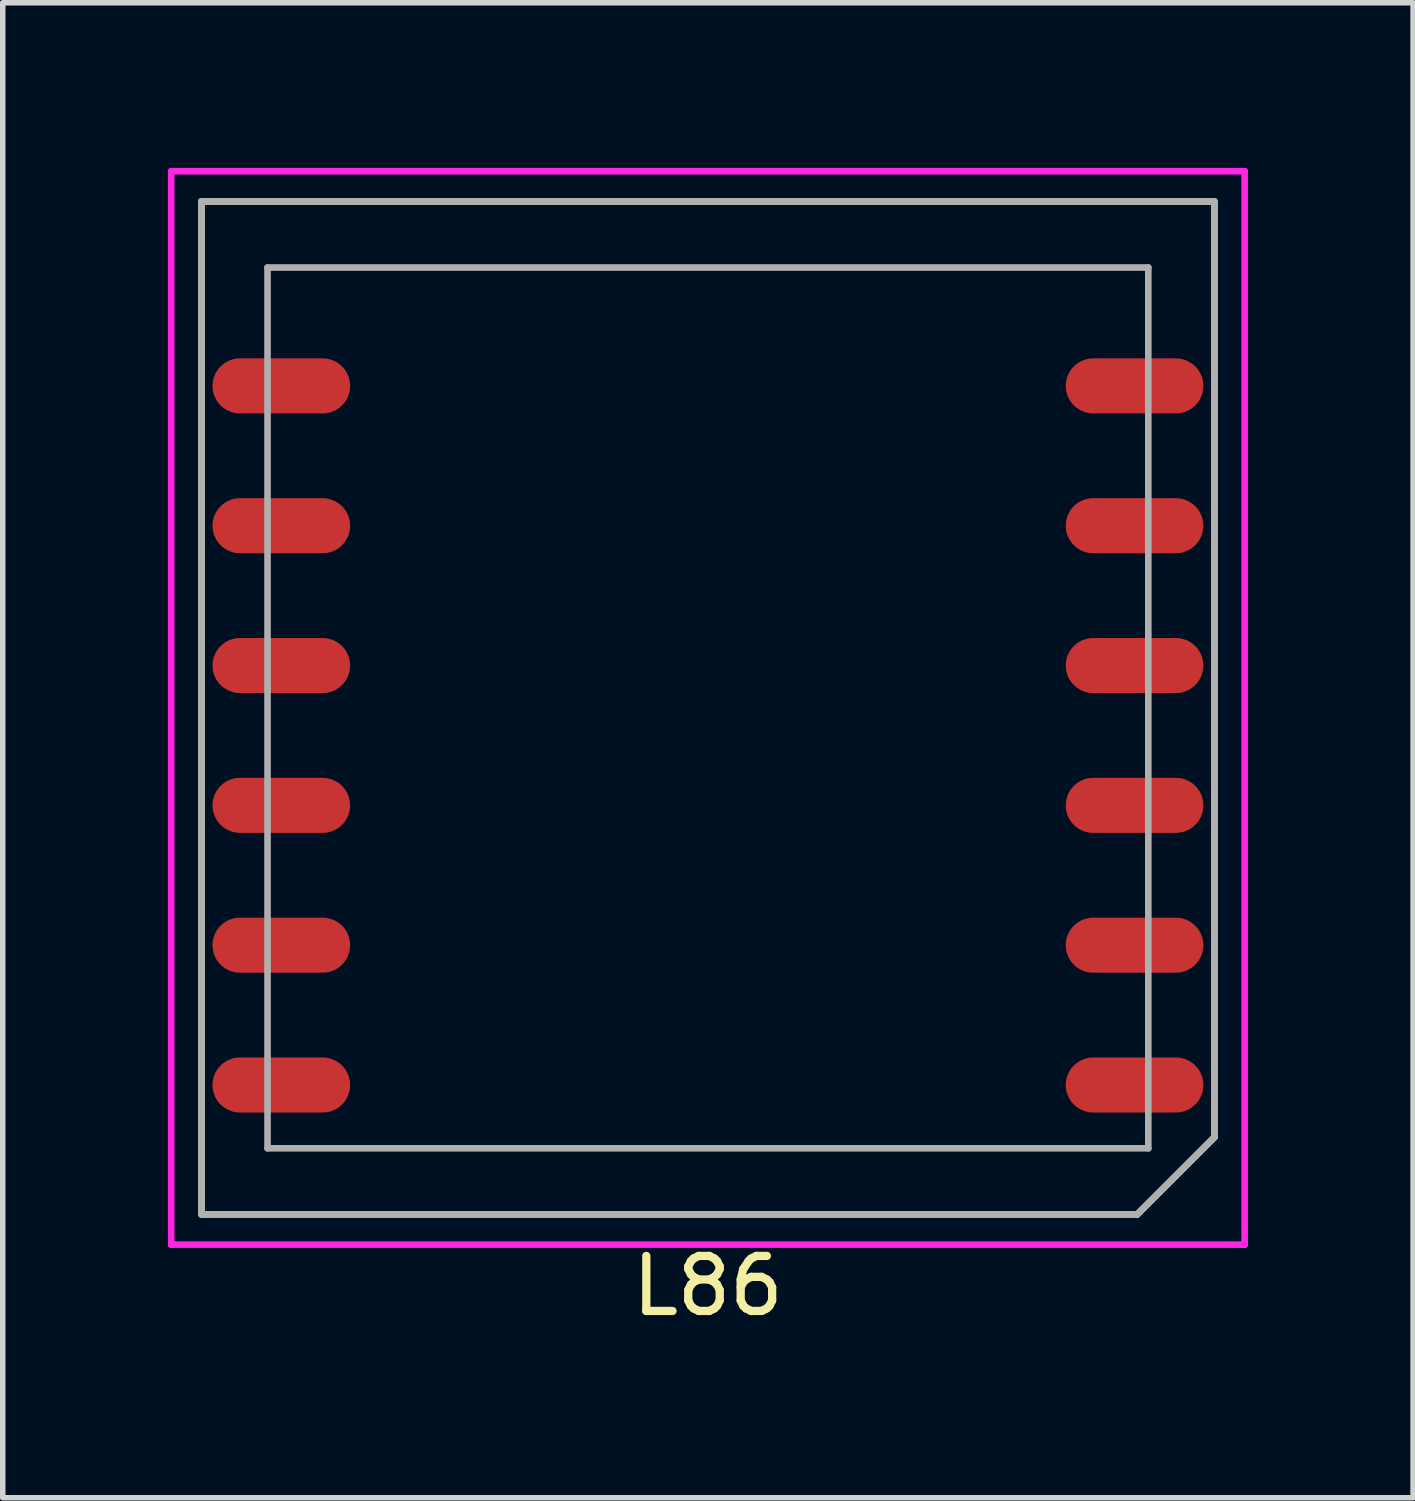
<source format=kicad_pcb>
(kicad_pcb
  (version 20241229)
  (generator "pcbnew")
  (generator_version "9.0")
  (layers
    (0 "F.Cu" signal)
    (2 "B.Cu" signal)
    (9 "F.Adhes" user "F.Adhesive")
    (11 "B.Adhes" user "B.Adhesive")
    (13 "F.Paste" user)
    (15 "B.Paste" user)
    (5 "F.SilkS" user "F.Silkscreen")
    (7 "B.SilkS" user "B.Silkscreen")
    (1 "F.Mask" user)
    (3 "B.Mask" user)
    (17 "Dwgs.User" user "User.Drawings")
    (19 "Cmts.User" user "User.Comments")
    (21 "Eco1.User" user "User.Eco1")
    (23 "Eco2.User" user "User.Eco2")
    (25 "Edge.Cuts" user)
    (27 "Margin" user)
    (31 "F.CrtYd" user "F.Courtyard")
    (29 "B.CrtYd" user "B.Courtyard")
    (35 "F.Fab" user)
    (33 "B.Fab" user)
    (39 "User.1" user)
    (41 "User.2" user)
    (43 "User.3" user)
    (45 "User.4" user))
  (footprint "L86"
    (layer "F.Cu")
    (at 9.81 9.81)
    (property "Reference" "L86" (at 0 10.5 0) (layer "F.SilkS") (effects (font (size 1 1) (thickness 0.15))))
    (attr smd)
    (fp_line (start -9.2 -9.2) (end -9.2 9.2) (stroke (width 0.12) (type solid)) (layer "F.SilkS"))
    (fp_line (start -9.2 -9.2) (end 9.2 -9.2) (stroke (width 0.12) (type solid)) (layer "F.SilkS"))
    (fp_line (start 7.8 9.2) (end -9.2 9.2) (stroke (width 0.12) (type solid)) (layer "F.SilkS"))
    (fp_line (start 9.2 -9.2) (end 9.2 7.8) (stroke (width 0.12) (type solid)) (layer "F.SilkS"))
    (fp_line (start 9.2 7.8) (end 7.8 9.2) (stroke (width 0.12) (type solid)) (layer "F.SilkS"))
    (fp_line (start -9.75 -9.75) (end -9.75 9.75) (stroke (width 0.12) (type solid)) (layer "F.CrtYd"))
    (fp_line (start -9.75 -9.75) (end 9.75 -9.75) (stroke (width 0.12) (type solid)) (layer "F.CrtYd"))
    (fp_line (start 9.75 -9.75) (end 9.75 9.75) (stroke (width 0.12) (type solid)) (layer "F.CrtYd"))
    (fp_line (start 9.75 9.75) (end -9.75 9.75) (stroke (width 0.12) (type solid)) (layer "F.CrtYd"))
    (fp_line (start -9.2 -9.2) (end 9.2 -9.2) (stroke (width 0.12) (type solid)) (layer "F.Fab"))
    (fp_line (start -9.2 9.2) (end -9.2 -9.2) (stroke (width 0.12) (type solid)) (layer "F.Fab"))
    (fp_line (start -8 -8) (end 8 -8) (stroke (width 0.12) (type solid)) (layer "F.Fab"))
    (fp_line (start -8 8) (end -8 -8) (stroke (width 0.12) (type solid)) (layer "F.Fab"))
    (fp_line (start 7.8 9.2) (end -9.2 9.2) (stroke (width 0.12) (type solid)) (layer "F.Fab"))
    (fp_line (start 8 -8) (end 8 8) (stroke (width 0.12) (type solid)) (layer "F.Fab"))
    (fp_line (start 8 8) (end -8 8) (stroke (width 0.12) (type solid)) (layer "F.Fab"))
    (fp_line (start 9.2 7.8) (end 7.8 9.2) (stroke (width 0.12) (type solid)) (layer "F.Fab"))
    (fp_line (start 9.2 7.8) (end 9.2 -9.2) (stroke (width 0.12) (type solid)) (layer "F.Fab"))
    (pad "" smd circle (at -0.6 -0.63 90) (size 3 3) (layers "*.Mask"))
    (pad "1" smd oval (at -7.75 -5.85) (size 2.5 1) (layers "F.Cu" "F.Mask" "F.Paste"))
    (pad "2" smd oval (at -7.75 -3.31) (size 2.5 1) (layers "F.Cu" "F.Mask" "F.Paste"))
    (pad "3" smd oval (at -7.75 -0.77) (size 2.5 1) (layers "F.Cu" "F.Mask" "F.Paste"))
    (pad "4" smd oval (at -7.75 1.77) (size 2.5 1) (layers "F.Cu" "F.Mask" "F.Paste"))
    (pad "5" smd oval (at -7.75 4.31) (size 2.5 1) (layers "F.Cu" "F.Mask" "F.Paste"))
    (pad "6" smd oval (at -7.75 6.85) (size 2.5 1) (layers "F.Cu" "F.Mask" "F.Paste"))
    (pad "7" smd oval (at 7.75 6.85) (size 2.5 1) (layers "F.Cu" "F.Mask" "F.Paste"))
    (pad "8" smd oval (at 7.75 4.31) (size 2.5 1) (layers "F.Cu" "F.Mask" "F.Paste"))
    (pad "9" smd oval (at 7.75 1.77) (size 2.5 1) (layers "F.Cu" "F.Mask" "F.Paste"))
    (pad "10" smd oval (at 7.75 -0.77) (size 2.5 1) (layers "F.Cu" "F.Mask" "F.Paste"))
    (pad "11" smd oval (at 7.75 -3.31) (size 2.5 1) (layers "F.Cu" "F.Mask" "F.Paste"))
    (pad "12" smd oval (at 7.75 -5.85) (size 2.5 1) (layers "F.Cu" "F.Mask" "F.Paste")))
  (gr_rect
    (start -3 -3)
    (end 22.62 24.158)
    (stroke (width 0.1) (type default))
    (fill no)
    (layer "Edge.Cuts")))
</source>
